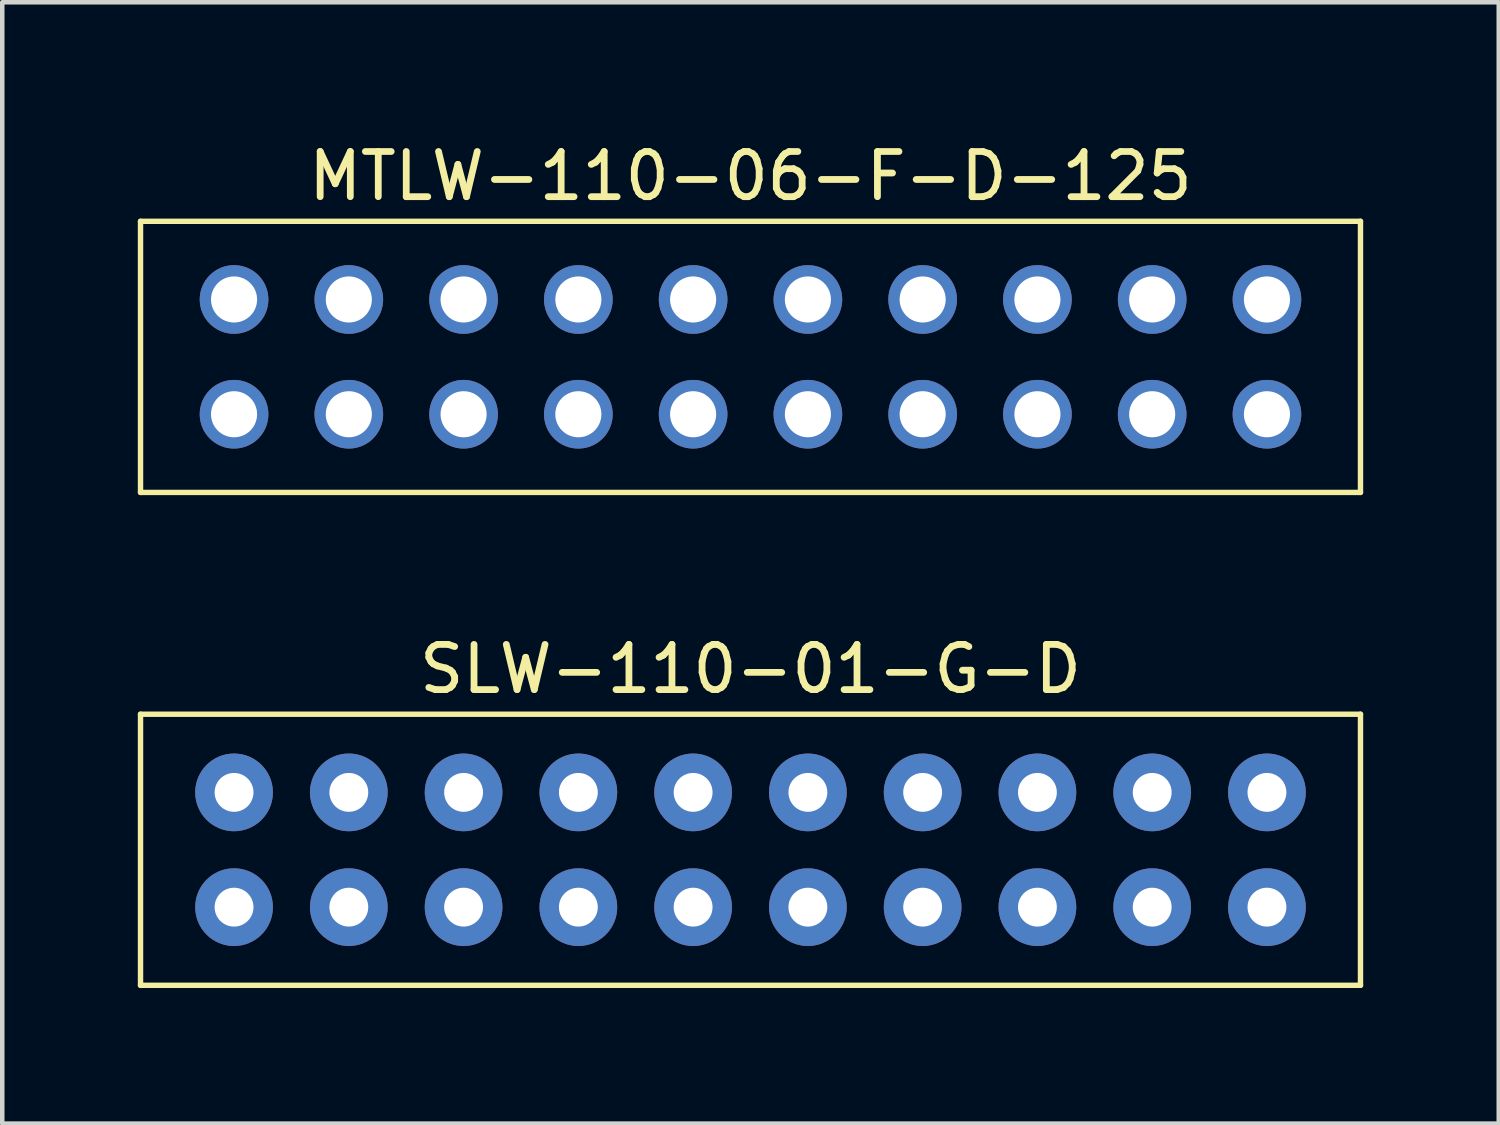
<source format=kicad_pcb>
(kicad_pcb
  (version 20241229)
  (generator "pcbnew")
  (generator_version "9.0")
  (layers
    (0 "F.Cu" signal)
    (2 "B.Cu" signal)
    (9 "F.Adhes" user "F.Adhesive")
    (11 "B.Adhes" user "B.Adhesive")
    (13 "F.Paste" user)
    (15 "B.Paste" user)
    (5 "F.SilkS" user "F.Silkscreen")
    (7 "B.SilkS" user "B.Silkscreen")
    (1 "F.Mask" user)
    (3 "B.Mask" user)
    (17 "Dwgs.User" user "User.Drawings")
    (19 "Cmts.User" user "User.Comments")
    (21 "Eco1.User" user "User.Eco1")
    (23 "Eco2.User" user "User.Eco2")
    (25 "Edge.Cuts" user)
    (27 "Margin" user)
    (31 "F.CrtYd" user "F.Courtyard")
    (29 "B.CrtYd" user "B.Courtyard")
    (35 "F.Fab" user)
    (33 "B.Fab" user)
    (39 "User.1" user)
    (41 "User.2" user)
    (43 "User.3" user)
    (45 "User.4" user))
  (footprint "MTLW-110-06-F-D-125"
    (layer "F.Cu")
    (at 13.56 4.848)
    (property "Reference" "MTLW-110-06-F-D-125" (at 0 -4 0) (layer "F.SilkS") (effects (font (size 1 1) (thickness 0.15))))
    (attr through_hole)
    (fp_line (start -13.5 -3) (end -13.5 3) (stroke (width 0.12) (type solid)) (layer "F.SilkS"))
    (fp_line (start -13.5 -3) (end 13.5 -3) (stroke (width 0.12) (type solid)) (layer "F.SilkS"))
    (fp_line (start -13.5 3) (end 13.5 3) (stroke (width 0.12) (type solid)) (layer "F.SilkS"))
    (fp_line (start 13.5 -3) (end 13.5 3) (stroke (width 0.12) (type solid)) (layer "F.SilkS"))
    (pad "1" thru_hole circle (at -11.43 1.27) (size 1.52 1.52) (drill 1.02) (layers "*.Cu" "*.Mask"))
    (pad "2" thru_hole circle (at -11.43 -1.27) (size 1.52 1.52) (drill 1.02) (layers "*.Cu" "*.Mask"))
    (pad "3" thru_hole circle (at -8.89 1.27) (size 1.52 1.52) (drill 1.02) (layers "*.Cu" "*.Mask"))
    (pad "4" thru_hole circle (at -8.89 -1.27) (size 1.52 1.52) (drill 1.02) (layers "*.Cu" "*.Mask"))
    (pad "5" thru_hole circle (at -6.35 1.27) (size 1.52 1.52) (drill 1.02) (layers "*.Cu" "*.Mask"))
    (pad "6" thru_hole circle (at -6.35 -1.27) (size 1.52 1.52) (drill 1.02) (layers "*.Cu" "*.Mask"))
    (pad "7" thru_hole circle (at -3.81 1.27) (size 1.52 1.52) (drill 1.02) (layers "*.Cu" "*.Mask"))
    (pad "8" thru_hole circle (at -3.81 -1.27) (size 1.52 1.52) (drill 1.02) (layers "*.Cu" "*.Mask"))
    (pad "9" thru_hole circle (at -1.27 1.27) (size 1.52 1.52) (drill 1.02) (layers "*.Cu" "*.Mask"))
    (pad "10" thru_hole circle (at -1.27 -1.27) (size 1.52 1.52) (drill 1.02) (layers "*.Cu" "*.Mask"))
    (pad "11" thru_hole circle (at 1.27 1.27) (size 1.52 1.52) (drill 1.02) (layers "*.Cu" "*.Mask"))
    (pad "12" thru_hole circle (at 1.27 -1.27) (size 1.52 1.52) (drill 1.02) (layers "*.Cu" "*.Mask"))
    (pad "13" thru_hole circle (at 3.81 1.27) (size 1.52 1.52) (drill 1.02) (layers "*.Cu" "*.Mask"))
    (pad "14" thru_hole circle (at 3.81 -1.27) (size 1.52 1.52) (drill 1.02) (layers "*.Cu" "*.Mask"))
    (pad "15" thru_hole circle (at 6.35 1.27) (size 1.52 1.52) (drill 1.02) (layers "*.Cu" "*.Mask"))
    (pad "16" thru_hole circle (at 6.35 -1.27) (size 1.52 1.52) (drill 1.02) (layers "*.Cu" "*.Mask"))
    (pad "17" thru_hole circle (at 8.89 1.27) (size 1.52 1.52) (drill 1.02) (layers "*.Cu" "*.Mask"))
    (pad "18" thru_hole circle (at 8.89 -1.27) (size 1.52 1.52) (drill 1.02) (layers "*.Cu" "*.Mask"))
    (pad "19" thru_hole circle (at 11.43 1.27) (size 1.52 1.52) (drill 1.02) (layers "*.Cu" "*.Mask"))
    (pad "20" thru_hole circle (at 11.43 -1.27) (size 1.52 1.52) (drill 1.02) (layers "*.Cu" "*.Mask")))
  (footprint "SLW-110-01-G-D"
    (layer "F.Cu")
    (at 13.56 15.757)
    (property "Reference" "SLW-110-01-G-D" (at 0 -4 0) (layer "F.SilkS") (effects (font (size 1 1) (thickness 0.15))))
    (attr through_hole)
    (fp_line (start -13.5 -3) (end -13.5 3) (stroke (width 0.12) (type solid)) (layer "F.SilkS"))
    (fp_line (start -13.5 -3) (end 13.5 -3) (stroke (width 0.12) (type solid)) (layer "F.SilkS"))
    (fp_line (start -13.5 3) (end 13.5 3) (stroke (width 0.12) (type solid)) (layer "F.SilkS"))
    (fp_line (start 13.5 -3) (end 13.5 3) (stroke (width 0.12) (type solid)) (layer "F.SilkS"))
    (pad "1" thru_hole circle (at 11.43 1.27) (size 1.72 1.72) (drill 0.86) (layers "*.Cu" "*.Mask"))
    (pad "2" thru_hole circle (at 11.43 -1.27) (size 1.72 1.72) (drill 0.86) (layers "*.Cu" "*.Mask"))
    (pad "3" thru_hole circle (at 8.89 1.27) (size 1.72 1.72) (drill 0.86) (layers "*.Cu" "*.Mask"))
    (pad "4" thru_hole circle (at 8.89 -1.27) (size 1.72 1.72) (drill 0.86) (layers "*.Cu" "*.Mask"))
    (pad "5" thru_hole circle (at 6.35 1.27) (size 1.72 1.72) (drill 0.86) (layers "*.Cu" "*.Mask"))
    (pad "6" thru_hole circle (at 6.35 -1.27) (size 1.72 1.72) (drill 0.86) (layers "*.Cu" "*.Mask"))
    (pad "7" thru_hole circle (at 3.81 1.27) (size 1.72 1.72) (drill 0.86) (layers "*.Cu" "*.Mask"))
    (pad "8" thru_hole circle (at 3.81 -1.27) (size 1.72 1.72) (drill 0.86) (layers "*.Cu" "*.Mask"))
    (pad "9" thru_hole circle (at 1.27 1.27) (size 1.72 1.72) (drill 0.86) (layers "*.Cu" "*.Mask"))
    (pad "10" thru_hole circle (at 1.27 -1.27) (size 1.72 1.72) (drill 0.86) (layers "*.Cu" "*.Mask"))
    (pad "11" thru_hole circle (at -1.27 1.27) (size 1.72 1.72) (drill 0.86) (layers "*.Cu" "*.Mask"))
    (pad "12" thru_hole circle (at -1.27 -1.27) (size 1.72 1.72) (drill 0.86) (layers "*.Cu" "*.Mask"))
    (pad "13" thru_hole circle (at -3.81 1.27) (size 1.72 1.72) (drill 0.86) (layers "*.Cu" "*.Mask"))
    (pad "14" thru_hole circle (at -3.81 -1.27) (size 1.72 1.72) (drill 0.86) (layers "*.Cu" "*.Mask"))
    (pad "15" thru_hole circle (at -6.35 1.27) (size 1.72 1.72) (drill 0.86) (layers "*.Cu" "*.Mask"))
    (pad "16" thru_hole circle (at -6.35 -1.27) (size 1.72 1.72) (drill 0.86) (layers "*.Cu" "*.Mask"))
    (pad "17" thru_hole circle (at -8.89 1.27) (size 1.72 1.72) (drill 0.86) (layers "*.Cu" "*.Mask"))
    (pad "18" thru_hole circle (at -8.89 -1.27) (size 1.72 1.72) (drill 0.86) (layers "*.Cu" "*.Mask"))
    (pad "19" thru_hole circle (at -11.43 1.27) (size 1.72 1.72) (drill 0.86) (layers "*.Cu" "*.Mask"))
    (pad "20" thru_hole circle (at -11.43 -1.27) (size 1.72 1.72) (drill 0.86) (layers "*.Cu" "*.Mask")))
  (gr_rect
    (start -3 -3)
    (end 30.12 21.817)
    (stroke (width 0.1) (type default))
    (fill no)
    (layer "Edge.Cuts")))
</source>
